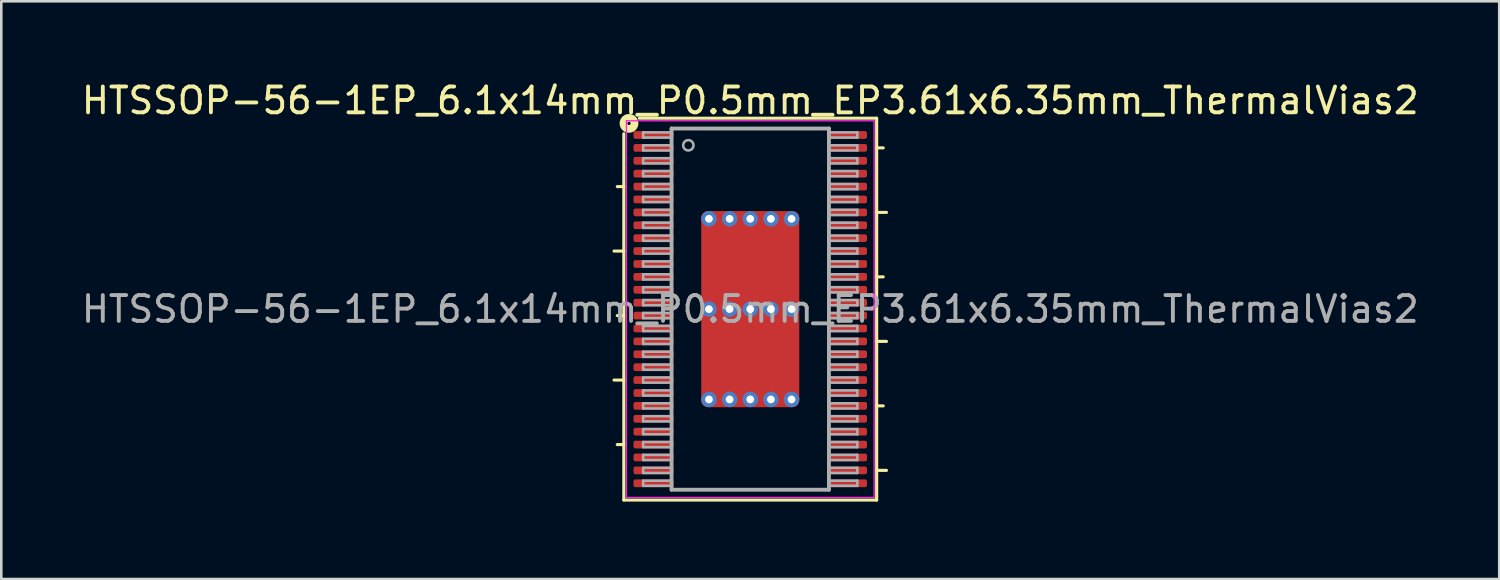
<source format=kicad_pcb>
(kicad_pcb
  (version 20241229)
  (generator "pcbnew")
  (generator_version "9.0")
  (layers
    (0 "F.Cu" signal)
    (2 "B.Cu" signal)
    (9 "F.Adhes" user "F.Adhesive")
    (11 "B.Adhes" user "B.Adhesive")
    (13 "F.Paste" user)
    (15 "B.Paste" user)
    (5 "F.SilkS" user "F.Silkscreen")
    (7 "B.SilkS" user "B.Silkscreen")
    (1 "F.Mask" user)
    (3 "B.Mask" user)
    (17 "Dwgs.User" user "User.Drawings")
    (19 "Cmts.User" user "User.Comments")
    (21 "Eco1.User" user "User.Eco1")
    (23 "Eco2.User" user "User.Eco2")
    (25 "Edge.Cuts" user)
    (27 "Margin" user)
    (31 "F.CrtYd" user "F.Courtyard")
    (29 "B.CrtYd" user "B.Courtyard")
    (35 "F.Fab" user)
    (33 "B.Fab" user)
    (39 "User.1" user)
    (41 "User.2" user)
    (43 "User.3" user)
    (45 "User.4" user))
  (footprint "HTSSOP-56-1EP_6.1x14mm_P0.5mm_EP3.61x6.35mm_ThermalVias2"
    (layer "F.Cu")
    (at 26.03 8.932)
    (property "Reference" "HTSSOP-56-1EP_6.1x14mm_P0.5mm_EP3.61x6.35mm_ThermalVias2" (at 0 -8.084 0) (layer "F.SilkS") (effects (font (size 1 1) (thickness 0.15))))
    (attr smd)
    (fp_line (start -5.281 -2.25) (end -4.9 -2.25) (stroke (width 0.12) (type solid)) (layer "F.SilkS"))
    (fp_line (start -5.281 2.75) (end -4.9 2.75) (stroke (width 0.12) (type solid)) (layer "F.SilkS"))
    (fp_line (start -5.154 -4.75) (end -4.9 -4.75) (stroke (width 0.12) (type solid)) (layer "F.SilkS"))
    (fp_line (start -5.154 0.25) (end -4.9 0.25) (stroke (width 0.12) (type solid)) (layer "F.SilkS"))
    (fp_line (start -5.154 5.25) (end -4.9 5.25) (stroke (width 0.12) (type solid)) (layer "F.SilkS"))
    (fp_line (start -4.9 7.4) (end -4.9 -6.8) (stroke (width 0.12) (type solid)) (layer "F.SilkS"))
    (fp_line (start -4.3 -7.4) (end 4.9 -7.4) (stroke (width 0.12) (type solid)) (layer "F.SilkS"))
    (fp_line (start 4.9 -7.4) (end 4.9 7.4) (stroke (width 0.12) (type solid)) (layer "F.SilkS"))
    (fp_line (start 4.9 -6.25) (end 5.154 -6.25) (stroke (width 0.12) (type solid)) (layer "F.SilkS"))
    (fp_line (start 4.9 -3.75) (end 5.281 -3.75) (stroke (width 0.12) (type solid)) (layer "F.SilkS"))
    (fp_line (start 4.9 -1.25) (end 5.154 -1.25) (stroke (width 0.12) (type solid)) (layer "F.SilkS"))
    (fp_line (start 4.9 1.25) (end 5.281 1.25) (stroke (width 0.12) (type solid)) (layer "F.SilkS"))
    (fp_line (start 4.9 3.75) (end 5.154 3.75) (stroke (width 0.12) (type solid)) (layer "F.SilkS"))
    (fp_line (start 4.9 6.25) (end 5.281 6.25) (stroke (width 0.12) (type solid)) (layer "F.SilkS"))
    (fp_line (start 4.9 7.4) (end -4.9 7.4) (stroke (width 0.12) (type solid)) (layer "F.SilkS"))
    (fp_circle (center -4.7 -7.2) (end -4.636 -7.2) (stroke (width 0.3) (type solid)) (fill no) (layer "F.SilkS"))
    (fp_line (start -4.8 -7.3) (end -4.8 7.3) (stroke (width 0.05) (type solid)) (layer "F.CrtYd"))
    (fp_line (start -4.8 -7.3) (end 4.8 -7.3) (stroke (width 0.05) (type solid)) (layer "F.CrtYd"))
    (fp_line (start -4.8 7.3) (end 4.8 7.3) (stroke (width 0.05) (type solid)) (layer "F.CrtYd"))
    (fp_line (start 4.8 -7.3) (end 4.8 7.3) (stroke (width 0.05) (type solid)) (layer "F.CrtYd"))
    (fp_line (start -4.15 -6.85) (end -4.15 -6.65) (stroke (width 0.1) (type solid)) (layer "F.Fab"))
    (fp_line (start -4.15 -6.85) (end -3.05 -6.85) (stroke (width 0.1) (type solid)) (layer "F.Fab"))
    (fp_line (start -4.15 -6.65) (end -3.05 -6.65) (stroke (width 0.1) (type solid)) (layer "F.Fab"))
    (fp_line (start -4.15 -6.35) (end -4.15 -6.15) (stroke (width 0.1) (type solid)) (layer "F.Fab"))
    (fp_line (start -4.15 -6.35) (end -3.05 -6.35) (stroke (width 0.1) (type solid)) (layer "F.Fab"))
    (fp_line (start -4.15 -6.15) (end -3.05 -6.15) (stroke (width 0.1) (type solid)) (layer "F.Fab"))
    (fp_line (start -4.15 -5.85) (end -4.15 -5.65) (stroke (width 0.1) (type solid)) (layer "F.Fab"))
    (fp_line (start -4.15 -5.85) (end -3.05 -5.85) (stroke (width 0.1) (type solid)) (layer "F.Fab"))
    (fp_line (start -4.15 -5.65) (end -3.05 -5.65) (stroke (width 0.1) (type solid)) (layer "F.Fab"))
    (fp_line (start -4.15 -5.35) (end -4.15 -5.15) (stroke (width 0.1) (type solid)) (layer "F.Fab"))
    (fp_line (start -4.15 -5.35) (end -3.05 -5.35) (stroke (width 0.1) (type solid)) (layer "F.Fab"))
    (fp_line (start -4.15 -5.15) (end -3.05 -5.15) (stroke (width 0.1) (type solid)) (layer "F.Fab"))
    (fp_line (start -4.15 -4.85) (end -4.15 -4.65) (stroke (width 0.1) (type solid)) (layer "F.Fab"))
    (fp_line (start -4.15 -4.85) (end -3.05 -4.85) (stroke (width 0.1) (type solid)) (layer "F.Fab"))
    (fp_line (start -4.15 -4.65) (end -3.05 -4.65) (stroke (width 0.1) (type solid)) (layer "F.Fab"))
    (fp_line (start -4.15 -4.35) (end -4.15 -4.15) (stroke (width 0.1) (type solid)) (layer "F.Fab"))
    (fp_line (start -4.15 -4.35) (end -3.05 -4.35) (stroke (width 0.1) (type solid)) (layer "F.Fab"))
    (fp_line (start -4.15 -4.15) (end -3.05 -4.15) (stroke (width 0.1) (type solid)) (layer "F.Fab"))
    (fp_line (start -4.15 -3.85) (end -4.15 -3.65) (stroke (width 0.1) (type solid)) (layer "F.Fab"))
    (fp_line (start -4.15 -3.85) (end -3.05 -3.85) (stroke (width 0.1) (type solid)) (layer "F.Fab"))
    (fp_line (start -4.15 -3.65) (end -3.05 -3.65) (stroke (width 0.1) (type solid)) (layer "F.Fab"))
    (fp_line (start -4.15 -3.35) (end -4.15 -3.15) (stroke (width 0.1) (type solid)) (layer "F.Fab"))
    (fp_line (start -4.15 -3.35) (end -3.05 -3.35) (stroke (width 0.1) (type solid)) (layer "F.Fab"))
    (fp_line (start -4.15 -3.15) (end -3.05 -3.15) (stroke (width 0.1) (type solid)) (layer "F.Fab"))
    (fp_line (start -4.15 -2.85) (end -4.15 -2.65) (stroke (width 0.1) (type solid)) (layer "F.Fab"))
    (fp_line (start -4.15 -2.85) (end -3.05 -2.85) (stroke (width 0.1) (type solid)) (layer "F.Fab"))
    (fp_line (start -4.15 -2.65) (end -3.05 -2.65) (stroke (width 0.1) (type solid)) (layer "F.Fab"))
    (fp_line (start -4.15 -2.35) (end -4.15 -2.15) (stroke (width 0.1) (type solid)) (layer "F.Fab"))
    (fp_line (start -4.15 -2.35) (end -3.05 -2.35) (stroke (width 0.1) (type solid)) (layer "F.Fab"))
    (fp_line (start -4.15 -2.15) (end -3.05 -2.15) (stroke (width 0.1) (type solid)) (layer "F.Fab"))
    (fp_line (start -4.15 -1.85) (end -4.15 -1.65) (stroke (width 0.1) (type solid)) (layer "F.Fab"))
    (fp_line (start -4.15 -1.85) (end -3.05 -1.85) (stroke (width 0.1) (type solid)) (layer "F.Fab"))
    (fp_line (start -4.15 -1.65) (end -3.05 -1.65) (stroke (width 0.1) (type solid)) (layer "F.Fab"))
    (fp_line (start -4.15 -1.35) (end -4.15 -1.15) (stroke (width 0.1) (type solid)) (layer "F.Fab"))
    (fp_line (start -4.15 -1.35) (end -3.05 -1.35) (stroke (width 0.1) (type solid)) (layer "F.Fab"))
    (fp_line (start -4.15 -1.15) (end -3.05 -1.15) (stroke (width 0.1) (type solid)) (layer "F.Fab"))
    (fp_line (start -4.15 -0.85) (end -4.15 -0.65) (stroke (width 0.1) (type solid)) (layer "F.Fab"))
    (fp_line (start -4.15 -0.85) (end -3.05 -0.85) (stroke (width 0.1) (type solid)) (layer "F.Fab"))
    (fp_line (start -4.15 -0.65) (end -3.05 -0.65) (stroke (width 0.1) (type solid)) (layer "F.Fab"))
    (fp_line (start -4.15 -0.35) (end -4.15 -0.15) (stroke (width 0.1) (type solid)) (layer "F.Fab"))
    (fp_line (start -4.15 -0.35) (end -3.05 -0.35) (stroke (width 0.1) (type solid)) (layer "F.Fab"))
    (fp_line (start -4.15 -0.15) (end -3.05 -0.15) (stroke (width 0.1) (type solid)) (layer "F.Fab"))
    (fp_line (start -4.15 0.15) (end -4.15 0.35) (stroke (width 0.1) (type solid)) (layer "F.Fab"))
    (fp_line (start -4.15 0.15) (end -3.05 0.15) (stroke (width 0.1) (type solid)) (layer "F.Fab"))
    (fp_line (start -4.15 0.35) (end -3.05 0.35) (stroke (width 0.1) (type solid)) (layer "F.Fab"))
    (fp_line (start -4.15 0.65) (end -4.15 0.85) (stroke (width 0.1) (type solid)) (layer "F.Fab"))
    (fp_line (start -4.15 0.65) (end -3.05 0.65) (stroke (width 0.1) (type solid)) (layer "F.Fab"))
    (fp_line (start -4.15 0.85) (end -3.05 0.85) (stroke (width 0.1) (type solid)) (layer "F.Fab"))
    (fp_line (start -4.15 1.15) (end -4.15 1.35) (stroke (width 0.1) (type solid)) (layer "F.Fab"))
    (fp_line (start -4.15 1.15) (end -3.05 1.15) (stroke (width 0.1) (type solid)) (layer "F.Fab"))
    (fp_line (start -4.15 1.35) (end -3.05 1.35) (stroke (width 0.1) (type solid)) (layer "F.Fab"))
    (fp_line (start -4.15 1.65) (end -4.15 1.85) (stroke (width 0.1) (type solid)) (layer "F.Fab"))
    (fp_line (start -4.15 1.65) (end -3.05 1.65) (stroke (width 0.1) (type solid)) (layer "F.Fab"))
    (fp_line (start -4.15 1.85) (end -3.05 1.85) (stroke (width 0.1) (type solid)) (layer "F.Fab"))
    (fp_line (start -4.15 2.15) (end -4.15 2.35) (stroke (width 0.1) (type solid)) (layer "F.Fab"))
    (fp_line (start -4.15 2.15) (end -3.05 2.15) (stroke (width 0.1) (type solid)) (layer "F.Fab"))
    (fp_line (start -4.15 2.35) (end -3.05 2.35) (stroke (width 0.1) (type solid)) (layer "F.Fab"))
    (fp_line (start -4.15 2.65) (end -4.15 2.85) (stroke (width 0.1) (type solid)) (layer "F.Fab"))
    (fp_line (start -4.15 2.65) (end -3.05 2.65) (stroke (width 0.1) (type solid)) (layer "F.Fab"))
    (fp_line (start -4.15 2.85) (end -3.05 2.85) (stroke (width 0.1) (type solid)) (layer "F.Fab"))
    (fp_line (start -4.15 3.15) (end -4.15 3.35) (stroke (width 0.1) (type solid)) (layer "F.Fab"))
    (fp_line (start -4.15 3.15) (end -3.05 3.15) (stroke (width 0.1) (type solid)) (layer "F.Fab"))
    (fp_line (start -4.15 3.35) (end -3.05 3.35) (stroke (width 0.1) (type solid)) (layer "F.Fab"))
    (fp_line (start -4.15 3.65) (end -4.15 3.85) (stroke (width 0.1) (type solid)) (layer "F.Fab"))
    (fp_line (start -4.15 3.65) (end -3.05 3.65) (stroke (width 0.1) (type solid)) (layer "F.Fab"))
    (fp_line (start -4.15 3.85) (end -3.05 3.85) (stroke (width 0.1) (type solid)) (layer "F.Fab"))
    (fp_line (start -4.15 4.15) (end -4.15 4.35) (stroke (width 0.1) (type solid)) (layer "F.Fab"))
    (fp_line (start -4.15 4.15) (end -3.05 4.15) (stroke (width 0.1) (type solid)) (layer "F.Fab"))
    (fp_line (start -4.15 4.35) (end -3.05 4.35) (stroke (width 0.1) (type solid)) (layer "F.Fab"))
    (fp_line (start -4.15 4.65) (end -4.15 4.85) (stroke (width 0.1) (type solid)) (layer "F.Fab"))
    (fp_line (start -4.15 4.65) (end -3.05 4.65) (stroke (width 0.1) (type solid)) (layer "F.Fab"))
    (fp_line (start -4.15 4.85) (end -3.05 4.85) (stroke (width 0.1) (type solid)) (layer "F.Fab"))
    (fp_line (start -4.15 5.15) (end -4.15 5.35) (stroke (width 0.1) (type solid)) (layer "F.Fab"))
    (fp_line (start -4.15 5.15) (end -3.05 5.15) (stroke (width 0.1) (type solid)) (layer "F.Fab"))
    (fp_line (start -4.15 5.35) (end -3.05 5.35) (stroke (width 0.1) (type solid)) (layer "F.Fab"))
    (fp_line (start -4.15 5.65) (end -4.15 5.85) (stroke (width 0.1) (type solid)) (layer "F.Fab"))
    (fp_line (start -4.15 5.65) (end -3.05 5.65) (stroke (width 0.1) (type solid)) (layer "F.Fab"))
    (fp_line (start -4.15 5.85) (end -3.05 5.85) (stroke (width 0.1) (type solid)) (layer "F.Fab"))
    (fp_line (start -4.15 6.15) (end -4.15 6.35) (stroke (width 0.1) (type solid)) (layer "F.Fab"))
    (fp_line (start -4.15 6.15) (end -3.05 6.15) (stroke (width 0.1) (type solid)) (layer "F.Fab"))
    (fp_line (start -4.15 6.35) (end -3.05 6.35) (stroke (width 0.1) (type solid)) (layer "F.Fab"))
    (fp_line (start -4.15 6.65) (end -4.15 6.85) (stroke (width 0.1) (type solid)) (layer "F.Fab"))
    (fp_line (start -4.15 6.65) (end -3.05 6.65) (stroke (width 0.1) (type solid)) (layer "F.Fab"))
    (fp_line (start -4.15 6.85) (end -3.05 6.85) (stroke (width 0.1) (type solid)) (layer "F.Fab"))
    (fp_line (start -3.05 -7) (end 3.05 -7) (stroke (width 0.15) (type solid)) (layer "F.Fab"))
    (fp_line (start -3.05 7) (end -3.05 -7) (stroke (width 0.15) (type solid)) (layer "F.Fab"))
    (fp_line (start 3.05 -7) (end 3.05 7) (stroke (width 0.15) (type solid)) (layer "F.Fab"))
    (fp_line (start 3.05 7) (end -3.05 7) (stroke (width 0.15) (type solid)) (layer "F.Fab"))
    (fp_line (start 4.15 -6.85) (end 3.05 -6.85) (stroke (width 0.1) (type solid)) (layer "F.Fab"))
    (fp_line (start 4.15 -6.65) (end 3.05 -6.65) (stroke (width 0.1) (type solid)) (layer "F.Fab"))
    (fp_line (start 4.15 -6.65) (end 4.15 -6.85) (stroke (width 0.1) (type solid)) (layer "F.Fab"))
    (fp_line (start 4.15 -6.35) (end 3.05 -6.35) (stroke (width 0.1) (type solid)) (layer "F.Fab"))
    (fp_line (start 4.15 -6.15) (end 3.05 -6.15) (stroke (width 0.1) (type solid)) (layer "F.Fab"))
    (fp_line (start 4.15 -6.15) (end 4.15 -6.35) (stroke (width 0.1) (type solid)) (layer "F.Fab"))
    (fp_line (start 4.15 -5.85) (end 3.05 -5.85) (stroke (width 0.1) (type solid)) (layer "F.Fab"))
    (fp_line (start 4.15 -5.65) (end 3.05 -5.65) (stroke (width 0.1) (type solid)) (layer "F.Fab"))
    (fp_line (start 4.15 -5.65) (end 4.15 -5.85) (stroke (width 0.1) (type solid)) (layer "F.Fab"))
    (fp_line (start 4.15 -5.35) (end 3.05 -5.35) (stroke (width 0.1) (type solid)) (layer "F.Fab"))
    (fp_line (start 4.15 -5.15) (end 3.05 -5.15) (stroke (width 0.1) (type solid)) (layer "F.Fab"))
    (fp_line (start 4.15 -5.15) (end 4.15 -5.35) (stroke (width 0.1) (type solid)) (layer "F.Fab"))
    (fp_line (start 4.15 -4.85) (end 3.05 -4.85) (stroke (width 0.1) (type solid)) (layer "F.Fab"))
    (fp_line (start 4.15 -4.65) (end 3.05 -4.65) (stroke (width 0.1) (type solid)) (layer "F.Fab"))
    (fp_line (start 4.15 -4.65) (end 4.15 -4.85) (stroke (width 0.1) (type solid)) (layer "F.Fab"))
    (fp_line (start 4.15 -4.35) (end 3.05 -4.35) (stroke (width 0.1) (type solid)) (layer "F.Fab"))
    (fp_line (start 4.15 -4.15) (end 3.05 -4.15) (stroke (width 0.1) (type solid)) (layer "F.Fab"))
    (fp_line (start 4.15 -4.15) (end 4.15 -4.35) (stroke (width 0.1) (type solid)) (layer "F.Fab"))
    (fp_line (start 4.15 -3.85) (end 3.05 -3.85) (stroke (width 0.1) (type solid)) (layer "F.Fab"))
    (fp_line (start 4.15 -3.65) (end 3.05 -3.65) (stroke (width 0.1) (type solid)) (layer "F.Fab"))
    (fp_line (start 4.15 -3.65) (end 4.15 -3.85) (stroke (width 0.1) (type solid)) (layer "F.Fab"))
    (fp_line (start 4.15 -3.35) (end 3.05 -3.35) (stroke (width 0.1) (type solid)) (layer "F.Fab"))
    (fp_line (start 4.15 -3.15) (end 3.05 -3.15) (stroke (width 0.1) (type solid)) (layer "F.Fab"))
    (fp_line (start 4.15 -3.15) (end 4.15 -3.35) (stroke (width 0.1) (type solid)) (layer "F.Fab"))
    (fp_line (start 4.15 -2.85) (end 3.05 -2.85) (stroke (width 0.1) (type solid)) (layer "F.Fab"))
    (fp_line (start 4.15 -2.65) (end 3.05 -2.65) (stroke (width 0.1) (type solid)) (layer "F.Fab"))
    (fp_line (start 4.15 -2.65) (end 4.15 -2.85) (stroke (width 0.1) (type solid)) (layer "F.Fab"))
    (fp_line (start 4.15 -2.35) (end 3.05 -2.35) (stroke (width 0.1) (type solid)) (layer "F.Fab"))
    (fp_line (start 4.15 -2.15) (end 3.05 -2.15) (stroke (width 0.1) (type solid)) (layer "F.Fab"))
    (fp_line (start 4.15 -2.15) (end 4.15 -2.35) (stroke (width 0.1) (type solid)) (layer "F.Fab"))
    (fp_line (start 4.15 -1.85) (end 3.05 -1.85) (stroke (width 0.1) (type solid)) (layer "F.Fab"))
    (fp_line (start 4.15 -1.65) (end 3.05 -1.65) (stroke (width 0.1) (type solid)) (layer "F.Fab"))
    (fp_line (start 4.15 -1.65) (end 4.15 -1.85) (stroke (width 0.1) (type solid)) (layer "F.Fab"))
    (fp_line (start 4.15 -1.35) (end 3.05 -1.35) (stroke (width 0.1) (type solid)) (layer "F.Fab"))
    (fp_line (start 4.15 -1.15) (end 3.05 -1.15) (stroke (width 0.1) (type solid)) (layer "F.Fab"))
    (fp_line (start 4.15 -1.15) (end 4.15 -1.35) (stroke (width 0.1) (type solid)) (layer "F.Fab"))
    (fp_line (start 4.15 -0.85) (end 3.05 -0.85) (stroke (width 0.1) (type solid)) (layer "F.Fab"))
    (fp_line (start 4.15 -0.65) (end 3.05 -0.65) (stroke (width 0.1) (type solid)) (layer "F.Fab"))
    (fp_line (start 4.15 -0.65) (end 4.15 -0.85) (stroke (width 0.1) (type solid)) (layer "F.Fab"))
    (fp_line (start 4.15 -0.35) (end 3.05 -0.35) (stroke (width 0.1) (type solid)) (layer "F.Fab"))
    (fp_line (start 4.15 -0.15) (end 3.05 -0.15) (stroke (width 0.1) (type solid)) (layer "F.Fab"))
    (fp_line (start 4.15 -0.15) (end 4.15 -0.35) (stroke (width 0.1) (type solid)) (layer "F.Fab"))
    (fp_line (start 4.15 0.15) (end 3.05 0.15) (stroke (width 0.1) (type solid)) (layer "F.Fab"))
    (fp_line (start 4.15 0.35) (end 3.05 0.35) (stroke (width 0.1) (type solid)) (layer "F.Fab"))
    (fp_line (start 4.15 0.35) (end 4.15 0.15) (stroke (width 0.1) (type solid)) (layer "F.Fab"))
    (fp_line (start 4.15 0.65) (end 3.05 0.65) (stroke (width 0.1) (type solid)) (layer "F.Fab"))
    (fp_line (start 4.15 0.85) (end 3.05 0.85) (stroke (width 0.1) (type solid)) (layer "F.Fab"))
    (fp_line (start 4.15 0.85) (end 4.15 0.65) (stroke (width 0.1) (type solid)) (layer "F.Fab"))
    (fp_line (start 4.15 1.15) (end 3.05 1.15) (stroke (width 0.1) (type solid)) (layer "F.Fab"))
    (fp_line (start 4.15 1.35) (end 3.05 1.35) (stroke (width 0.1) (type solid)) (layer "F.Fab"))
    (fp_line (start 4.15 1.35) (end 4.15 1.15) (stroke (width 0.1) (type solid)) (layer "F.Fab"))
    (fp_line (start 4.15 1.65) (end 3.05 1.65) (stroke (width 0.1) (type solid)) (layer "F.Fab"))
    (fp_line (start 4.15 1.85) (end 3.05 1.85) (stroke (width 0.1) (type solid)) (layer "F.Fab"))
    (fp_line (start 4.15 1.85) (end 4.15 1.65) (stroke (width 0.1) (type solid)) (layer "F.Fab"))
    (fp_line (start 4.15 2.15) (end 3.05 2.15) (stroke (width 0.1) (type solid)) (layer "F.Fab"))
    (fp_line (start 4.15 2.35) (end 3.05 2.35) (stroke (width 0.1) (type solid)) (layer "F.Fab"))
    (fp_line (start 4.15 2.35) (end 4.15 2.15) (stroke (width 0.1) (type solid)) (layer "F.Fab"))
    (fp_line (start 4.15 2.65) (end 3.05 2.65) (stroke (width 0.1) (type solid)) (layer "F.Fab"))
    (fp_line (start 4.15 2.85) (end 3.05 2.85) (stroke (width 0.1) (type solid)) (layer "F.Fab"))
    (fp_line (start 4.15 2.85) (end 4.15 2.65) (stroke (width 0.1) (type solid)) (layer "F.Fab"))
    (fp_line (start 4.15 3.15) (end 3.05 3.15) (stroke (width 0.1) (type solid)) (layer "F.Fab"))
    (fp_line (start 4.15 3.35) (end 3.05 3.35) (stroke (width 0.1) (type solid)) (layer "F.Fab"))
    (fp_line (start 4.15 3.35) (end 4.15 3.15) (stroke (width 0.1) (type solid)) (layer "F.Fab"))
    (fp_line (start 4.15 3.65) (end 3.05 3.65) (stroke (width 0.1) (type solid)) (layer "F.Fab"))
    (fp_line (start 4.15 3.85) (end 3.05 3.85) (stroke (width 0.1) (type solid)) (layer "F.Fab"))
    (fp_line (start 4.15 3.85) (end 4.15 3.65) (stroke (width 0.1) (type solid)) (layer "F.Fab"))
    (fp_line (start 4.15 4.15) (end 3.05 4.15) (stroke (width 0.1) (type solid)) (layer "F.Fab"))
    (fp_line (start 4.15 4.35) (end 3.05 4.35) (stroke (width 0.1) (type solid)) (layer "F.Fab"))
    (fp_line (start 4.15 4.35) (end 4.15 4.15) (stroke (width 0.1) (type solid)) (layer "F.Fab"))
    (fp_line (start 4.15 4.65) (end 3.05 4.65) (stroke (width 0.1) (type solid)) (layer "F.Fab"))
    (fp_line (start 4.15 4.85) (end 3.05 4.85) (stroke (width 0.1) (type solid)) (layer "F.Fab"))
    (fp_line (start 4.15 4.85) (end 4.15 4.65) (stroke (width 0.1) (type solid)) (layer "F.Fab"))
    (fp_line (start 4.15 5.15) (end 3.05 5.15) (stroke (width 0.1) (type solid)) (layer "F.Fab"))
    (fp_line (start 4.15 5.35) (end 3.05 5.35) (stroke (width 0.1) (type solid)) (layer "F.Fab"))
    (fp_line (start 4.15 5.35) (end 4.15 5.15) (stroke (width 0.1) (type solid)) (layer "F.Fab"))
    (fp_line (start 4.15 5.65) (end 3.05 5.65) (stroke (width 0.1) (type solid)) (layer "F.Fab"))
    (fp_line (start 4.15 5.85) (end 3.05 5.85) (stroke (width 0.1) (type solid)) (layer "F.Fab"))
    (fp_line (start 4.15 5.85) (end 4.15 5.65) (stroke (width 0.1) (type solid)) (layer "F.Fab"))
    (fp_line (start 4.15 6.15) (end 3.05 6.15) (stroke (width 0.1) (type solid)) (layer "F.Fab"))
    (fp_line (start 4.15 6.35) (end 3.05 6.35) (stroke (width 0.1) (type solid)) (layer "F.Fab"))
    (fp_line (start 4.15 6.35) (end 4.15 6.15) (stroke (width 0.1) (type solid)) (layer "F.Fab"))
    (fp_line (start 4.15 6.65) (end 3.05 6.65) (stroke (width 0.1) (type solid)) (layer "F.Fab"))
    (fp_line (start 4.15 6.85) (end 3.05 6.85) (stroke (width 0.1) (type solid)) (layer "F.Fab"))
    (fp_line (start 4.15 6.85) (end 4.15 6.65) (stroke (width 0.1) (type solid)) (layer "F.Fab"))
    (fp_circle (center -2.4 -6.35) (end -2.2 -6.35) (stroke (width 0.1) (type solid)) (fill no) (layer "F.Fab"))
    (fp_text user "${REFERENCE}" (at 0 0 0) (layer "F.Fab") (effects (font (size 1 1) (thickness 0.15))))
    (pad "" smd roundrect (at -1.175 -2.4) (size 0.95 1.1) (layers "F.Paste") (roundrect_rratio 0.25))
    (pad "" smd roundrect (at -1.175 -1.05) (size 0.95 1.1) (layers "F.Paste") (roundrect_rratio 0.25))
    (pad "" smd roundrect (at -1.175 1.05) (size 0.95 1.1) (layers "F.Paste") (roundrect_rratio 0.25))
    (pad "" smd roundrect (at -1.175 2.4) (size 0.95 1.1) (layers "F.Paste") (roundrect_rratio 0.25))
    (pad "" smd roundrect (at 0 -2.4) (size 0.9 1.1) (layers "F.Paste") (roundrect_rratio 0.25))
    (pad "" smd roundrect (at 0 -1.738) (size 3.6 2.875) (layers "F.Mask") (roundrect_rratio 0.087))
    (pad "" smd roundrect (at 0 -1.05) (size 0.9 1.1) (layers "F.Paste") (roundrect_rratio 0.25))
    (pad "" smd roundrect (at 0 1.05) (size 0.9 1.1) (layers "F.Paste") (roundrect_rratio 0.25))
    (pad "" smd roundrect (at 0 1.738) (size 3.6 2.875) (layers "F.Mask") (roundrect_rratio 0.087))
    (pad "" smd roundrect (at 0 2.4) (size 0.9 1.1) (layers "F.Paste") (roundrect_rratio 0.25))
    (pad "" smd roundrect (at 1.175 -2.4) (size 0.95 1.1) (layers "F.Paste") (roundrect_rratio 0.25))
    (pad "" smd roundrect (at 1.175 -1.05) (size 0.95 1.1) (layers "F.Paste") (roundrect_rratio 0.25))
    (pad "" smd roundrect (at 1.175 1.05) (size 0.95 1.1) (layers "F.Paste") (roundrect_rratio 0.25))
    (pad "" smd roundrect (at 1.175 2.4) (size 0.95 1.1) (layers "F.Paste") (roundrect_rratio 0.25))
    (pad "1" smd roundrect (at -3.75 -6.75) (size 1.55 0.3) (layers "F.Cu" "F.Mask" "F.Paste") (roundrect_rratio 0.25))
    (pad "2" smd roundrect (at -3.75 -6.25) (size 1.55 0.3) (layers "F.Cu" "F.Mask" "F.Paste") (roundrect_rratio 0.25))
    (pad "3" smd roundrect (at -3.75 -5.75) (size 1.55 0.3) (layers "F.Cu" "F.Mask" "F.Paste") (roundrect_rratio 0.25))
    (pad "4" smd roundrect (at -3.75 -5.25) (size 1.55 0.3) (layers "F.Cu" "F.Mask" "F.Paste") (roundrect_rratio 0.25))
    (pad "5" smd roundrect (at -3.75 -4.75) (size 1.55 0.3) (layers "F.Cu" "F.Mask" "F.Paste") (roundrect_rratio 0.25))
    (pad "6" smd roundrect (at -3.75 -4.25) (size 1.55 0.3) (layers "F.Cu" "F.Mask" "F.Paste") (roundrect_rratio 0.25))
    (pad "7" smd roundrect (at -3.75 -3.75) (size 1.55 0.3) (layers "F.Cu" "F.Mask" "F.Paste") (roundrect_rratio 0.25))
    (pad "8" smd roundrect (at -3.75 -3.25) (size 1.55 0.3) (layers "F.Cu" "F.Mask" "F.Paste") (roundrect_rratio 0.25))
    (pad "9" smd roundrect (at -3.75 -2.75) (size 1.55 0.3) (layers "F.Cu" "F.Mask" "F.Paste") (roundrect_rratio 0.25))
    (pad "10" smd roundrect (at -3.75 -2.25) (size 1.55 0.3) (layers "F.Cu" "F.Mask" "F.Paste") (roundrect_rratio 0.25))
    (pad "11" smd roundrect (at -3.75 -1.75) (size 1.55 0.3) (layers "F.Cu" "F.Mask" "F.Paste") (roundrect_rratio 0.25))
    (pad "12" smd roundrect (at -3.75 -1.25) (size 1.55 0.3) (layers "F.Cu" "F.Mask" "F.Paste") (roundrect_rratio 0.25))
    (pad "13" smd roundrect (at -3.75 -0.75) (size 1.55 0.3) (layers "F.Cu" "F.Mask" "F.Paste") (roundrect_rratio 0.25))
    (pad "14" smd roundrect (at -3.75 -0.25) (size 1.55 0.3) (layers "F.Cu" "F.Mask" "F.Paste") (roundrect_rratio 0.25))
    (pad "15" smd roundrect (at -3.75 0.25) (size 1.55 0.3) (layers "F.Cu" "F.Mask" "F.Paste") (roundrect_rratio 0.25))
    (pad "16" smd roundrect (at -3.75 0.75) (size 1.55 0.3) (layers "F.Cu" "F.Mask" "F.Paste") (roundrect_rratio 0.25))
    (pad "17" smd roundrect (at -3.75 1.25) (size 1.55 0.3) (layers "F.Cu" "F.Mask" "F.Paste") (roundrect_rratio 0.25))
    (pad "18" smd roundrect (at -3.75 1.75) (size 1.55 0.3) (layers "F.Cu" "F.Mask" "F.Paste") (roundrect_rratio 0.25))
    (pad "19" smd roundrect (at -3.75 2.25) (size 1.55 0.3) (layers "F.Cu" "F.Mask" "F.Paste") (roundrect_rratio 0.25))
    (pad "20" smd roundrect (at -3.75 2.75) (size 1.55 0.3) (layers "F.Cu" "F.Mask" "F.Paste") (roundrect_rratio 0.25))
    (pad "21" smd roundrect (at -3.75 3.25) (size 1.55 0.3) (layers "F.Cu" "F.Mask" "F.Paste") (roundrect_rratio 0.25))
    (pad "22" smd roundrect (at -3.75 3.75) (size 1.55 0.3) (layers "F.Cu" "F.Mask" "F.Paste") (roundrect_rratio 0.25))
    (pad "23" smd roundrect (at -3.75 4.25) (size 1.55 0.3) (layers "F.Cu" "F.Mask" "F.Paste") (roundrect_rratio 0.25))
    (pad "24" smd roundrect (at -3.75 4.75) (size 1.55 0.3) (layers "F.Cu" "F.Mask" "F.Paste") (roundrect_rratio 0.25))
    (pad "25" smd roundrect (at -3.75 5.25) (size 1.55 0.3) (layers "F.Cu" "F.Mask" "F.Paste") (roundrect_rratio 0.25))
    (pad "26" smd roundrect (at -3.75 5.75) (size 1.55 0.3) (layers "F.Cu" "F.Mask" "F.Paste") (roundrect_rratio 0.25))
    (pad "27" smd roundrect (at -3.75 6.25) (size 1.55 0.3) (layers "F.Cu" "F.Mask" "F.Paste") (roundrect_rratio 0.25))
    (pad "28" smd roundrect (at -3.75 6.75) (size 1.55 0.3) (layers "F.Cu" "F.Mask" "F.Paste") (roundrect_rratio 0.25))
    (pad "29" smd roundrect (at 3.75 6.75) (size 1.55 0.3) (layers "F.Cu" "F.Mask" "F.Paste") (roundrect_rratio 0.25))
    (pad "30" smd roundrect (at 3.75 6.25) (size 1.55 0.3) (layers "F.Cu" "F.Mask" "F.Paste") (roundrect_rratio 0.25))
    (pad "31" smd roundrect (at 3.75 5.75) (size 1.55 0.3) (layers "F.Cu" "F.Mask" "F.Paste") (roundrect_rratio 0.25))
    (pad "32" smd roundrect (at 3.75 5.25) (size 1.55 0.3) (layers "F.Cu" "F.Mask" "F.Paste") (roundrect_rratio 0.25))
    (pad "33" smd roundrect (at 3.75 4.75) (size 1.55 0.3) (layers "F.Cu" "F.Mask" "F.Paste") (roundrect_rratio 0.25))
    (pad "34" smd roundrect (at 3.75 4.25) (size 1.55 0.3) (layers "F.Cu" "F.Mask" "F.Paste") (roundrect_rratio 0.25))
    (pad "35" smd roundrect (at 3.75 3.75) (size 1.55 0.3) (layers "F.Cu" "F.Mask" "F.Paste") (roundrect_rratio 0.25))
    (pad "36" smd roundrect (at 3.75 3.25) (size 1.55 0.3) (layers "F.Cu" "F.Mask" "F.Paste") (roundrect_rratio 0.25))
    (pad "37" smd roundrect (at 3.75 2.75) (size 1.55 0.3) (layers "F.Cu" "F.Mask" "F.Paste") (roundrect_rratio 0.25))
    (pad "38" smd roundrect (at 3.75 2.25) (size 1.55 0.3) (layers "F.Cu" "F.Mask" "F.Paste") (roundrect_rratio 0.25))
    (pad "39" smd roundrect (at 3.75 1.75) (size 1.55 0.3) (layers "F.Cu" "F.Mask" "F.Paste") (roundrect_rratio 0.25))
    (pad "40" smd roundrect (at 3.75 1.25) (size 1.55 0.3) (layers "F.Cu" "F.Mask" "F.Paste") (roundrect_rratio 0.25))
    (pad "41" smd roundrect (at 3.75 0.75) (size 1.55 0.3) (layers "F.Cu" "F.Mask" "F.Paste") (roundrect_rratio 0.25))
    (pad "42" smd roundrect (at 3.75 0.25) (size 1.55 0.3) (layers "F.Cu" "F.Mask" "F.Paste") (roundrect_rratio 0.25))
    (pad "43" smd roundrect (at 3.75 -0.25) (size 1.55 0.3) (layers "F.Cu" "F.Mask" "F.Paste") (roundrect_rratio 0.25))
    (pad "44" smd roundrect (at 3.75 -0.75) (size 1.55 0.3) (layers "F.Cu" "F.Mask" "F.Paste") (roundrect_rratio 0.25))
    (pad "45" smd roundrect (at 3.75 -1.25) (size 1.55 0.3) (layers "F.Cu" "F.Mask" "F.Paste") (roundrect_rratio 0.25))
    (pad "46" smd roundrect (at 3.75 -1.75) (size 1.55 0.3) (layers "F.Cu" "F.Mask" "F.Paste") (roundrect_rratio 0.25))
    (pad "47" smd roundrect (at 3.75 -2.25) (size 1.55 0.3) (layers "F.Cu" "F.Mask" "F.Paste") (roundrect_rratio 0.25))
    (pad "48" smd roundrect (at 3.75 -2.75) (size 1.55 0.3) (layers "F.Cu" "F.Mask" "F.Paste") (roundrect_rratio 0.25))
    (pad "49" smd roundrect (at 3.75 -3.25) (size 1.55 0.3) (layers "F.Cu" "F.Mask" "F.Paste") (roundrect_rratio 0.25))
    (pad "50" smd roundrect (at 3.75 -3.75) (size 1.55 0.3) (layers "F.Cu" "F.Mask" "F.Paste") (roundrect_rratio 0.25))
    (pad "51" smd roundrect (at 3.75 -4.25) (size 1.55 0.3) (layers "F.Cu" "F.Mask" "F.Paste") (roundrect_rratio 0.25))
    (pad "52" smd roundrect (at 3.75 -4.75) (size 1.55 0.3) (layers "F.Cu" "F.Mask" "F.Paste") (roundrect_rratio 0.25))
    (pad "53" smd roundrect (at 3.75 -5.25) (size 1.55 0.3) (layers "F.Cu" "F.Mask" "F.Paste") (roundrect_rratio 0.25))
    (pad "54" smd roundrect (at 3.75 -5.75) (size 1.55 0.3) (layers "F.Cu" "F.Mask" "F.Paste") (roundrect_rratio 0.25))
    (pad "55" smd roundrect (at 3.75 -6.25) (size 1.55 0.3) (layers "F.Cu" "F.Mask" "F.Paste") (roundrect_rratio 0.25))
    (pad "56" smd roundrect (at 3.75 -6.75) (size 1.55 0.3) (layers "F.Cu" "F.Mask" "F.Paste") (roundrect_rratio 0.25))
    (pad "57" thru_hole circle (at -1.6 -3.5) (size 0.6 0.6) (drill 0.3) (property pad_prop_heatsink) (layers "*.Cu" "*.Mask"))
    (pad "57" thru_hole circle (at -1.6 0) (size 0.6 0.6) (drill 0.3) (property pad_prop_heatsink) (layers "*.Cu" "*.Mask"))
    (pad "57" thru_hole circle (at -1.6 3.5) (size 0.6 0.6) (drill 0.3) (property pad_prop_heatsink) (layers "*.Cu" "*.Mask"))
    (pad "57" thru_hole circle (at -0.8 -3.5) (size 0.6 0.6) (drill 0.3) (property pad_prop_heatsink) (layers "*.Cu" "*.Mask"))
    (pad "57" thru_hole circle (at -0.8 0) (size 0.6 0.6) (drill 0.3) (property pad_prop_heatsink) (layers "*.Cu" "*.Mask"))
    (pad "57" thru_hole circle (at -0.8 3.5) (size 0.6 0.6) (drill 0.3) (property pad_prop_heatsink) (layers "*.Cu" "*.Mask"))
    (pad "57" thru_hole circle (at 0 -3.5) (size 0.6 0.6) (drill 0.3) (property pad_prop_heatsink) (layers "*.Cu" "*.Mask"))
    (pad "57" thru_hole circle (at 0 0) (size 0.6 0.6) (drill 0.3) (property pad_prop_heatsink) (layers "*.Cu" "*.Mask"))
    (pad "57" smd roundrect (at 0 0) (size 3.8 7.6) (layers "F.Cu") (roundrect_rratio 0.066))
    (pad "57" thru_hole circle (at 0 3.5) (size 0.6 0.6) (drill 0.3) (property pad_prop_heatsink) (layers "*.Cu" "*.Mask"))
    (pad "57" thru_hole circle (at 0.8 -3.5) (size 0.6 0.6) (drill 0.3) (property pad_prop_heatsink) (layers "*.Cu" "*.Mask"))
    (pad "57" thru_hole circle (at 0.8 0) (size 0.6 0.6) (drill 0.3) (property pad_prop_heatsink) (layers "*.Cu" "*.Mask"))
    (pad "57" thru_hole circle (at 0.8 3.5) (size 0.6 0.6) (drill 0.3) (property pad_prop_heatsink) (layers "*.Cu" "*.Mask"))
    (pad "57" thru_hole circle (at 1.6 -3.5) (size 0.6 0.6) (drill 0.3) (property pad_prop_heatsink) (layers "*.Cu" "*.Mask"))
    (pad "57" thru_hole circle (at 1.6 0) (size 0.6 0.6) (drill 0.3) (property pad_prop_heatsink) (layers "*.Cu" "*.Mask"))
    (pad "57" thru_hole circle (at 1.6 3.5) (size 0.6 0.6) (drill 0.3) (property pad_prop_heatsink) (layers "*.Cu" "*.Mask")))
  (gr_rect
    (start -3 -3)
    (end 55.06 19.392)
    (stroke (width 0.1) (type default))
    (fill no)
    (layer "Edge.Cuts")))
</source>
